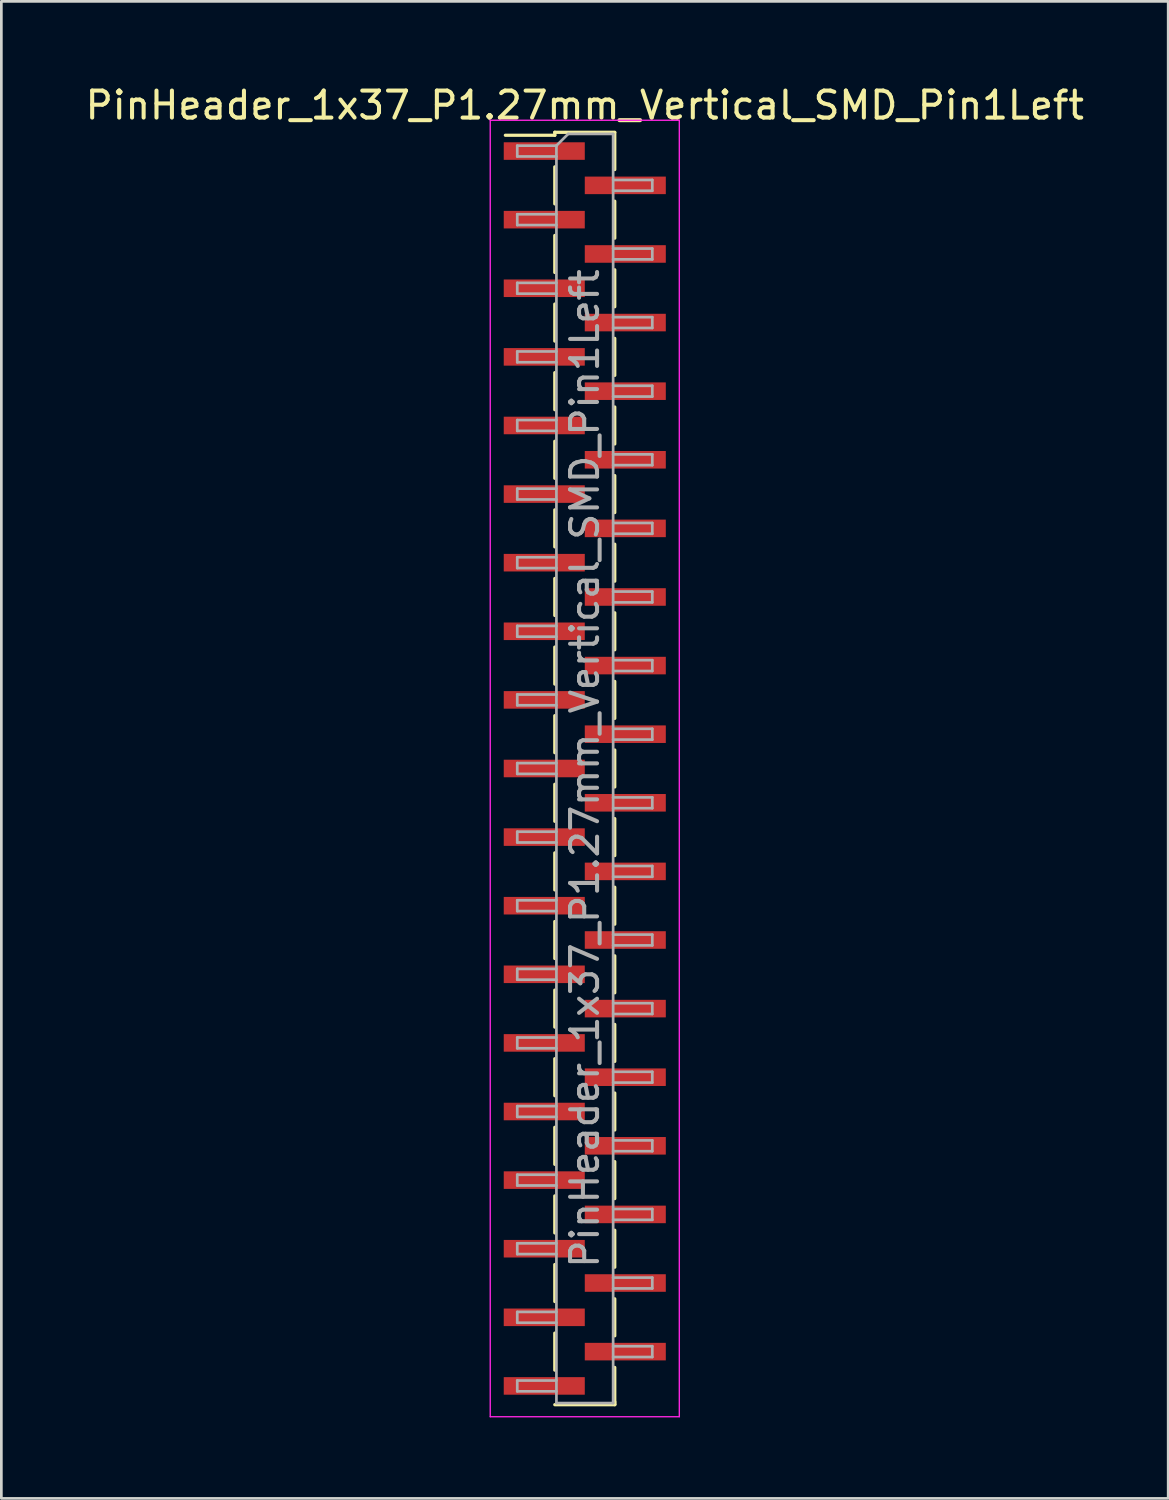
<source format=kicad_pcb>
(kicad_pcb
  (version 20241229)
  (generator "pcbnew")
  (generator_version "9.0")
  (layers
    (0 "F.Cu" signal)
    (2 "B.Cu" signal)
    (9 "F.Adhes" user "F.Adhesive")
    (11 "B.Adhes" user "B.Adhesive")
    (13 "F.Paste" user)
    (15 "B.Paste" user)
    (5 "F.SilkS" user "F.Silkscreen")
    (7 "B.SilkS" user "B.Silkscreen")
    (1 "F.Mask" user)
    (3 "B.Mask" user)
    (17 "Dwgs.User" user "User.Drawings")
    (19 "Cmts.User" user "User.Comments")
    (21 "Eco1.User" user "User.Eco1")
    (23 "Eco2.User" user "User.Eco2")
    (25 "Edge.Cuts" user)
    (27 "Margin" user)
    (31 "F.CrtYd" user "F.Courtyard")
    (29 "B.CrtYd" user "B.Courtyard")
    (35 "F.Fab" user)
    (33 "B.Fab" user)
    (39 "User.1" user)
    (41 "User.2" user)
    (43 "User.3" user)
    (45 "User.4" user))
  (footprint "PinHeader_1x37_P1.27mm_Vertical_SMD_Pin1Left"
    (layer "F.Cu")
    (at 18.601 25.403)
    (property "Reference" "PinHeader_1x37_P1.27mm_Vertical_SMD_Pin1Left" (at 0 -24.555 0) (layer "F.SilkS") (effects (font (size 1 1) (thickness 0.15))))
    (attr smd)
    (fp_line (start -1.11 -23.555) (end -1.11 -23.445) (stroke (width 0.12) (type solid)) (layer "F.SilkS"))
    (fp_line (start -1.11 -23.555) (end 1.11 -23.555) (stroke (width 0.12) (type solid)) (layer "F.SilkS"))
    (fp_line (start -1.11 -23.445) (end -2.94 -23.445) (stroke (width 0.12) (type solid)) (layer "F.SilkS"))
    (fp_line (start -1.11 -22.275) (end -1.11 -20.905) (stroke (width 0.12) (type solid)) (layer "F.SilkS"))
    (fp_line (start -1.11 -19.735) (end -1.11 -18.365) (stroke (width 0.12) (type solid)) (layer "F.SilkS"))
    (fp_line (start -1.11 -17.195) (end -1.11 -15.825) (stroke (width 0.12) (type solid)) (layer "F.SilkS"))
    (fp_line (start -1.11 -14.655) (end -1.11 -13.285) (stroke (width 0.12) (type solid)) (layer "F.SilkS"))
    (fp_line (start -1.11 -12.115) (end -1.11 -10.745) (stroke (width 0.12) (type solid)) (layer "F.SilkS"))
    (fp_line (start -1.11 -9.575) (end -1.11 -8.205) (stroke (width 0.12) (type solid)) (layer "F.SilkS"))
    (fp_line (start -1.11 -7.035) (end -1.11 -5.665) (stroke (width 0.12) (type solid)) (layer "F.SilkS"))
    (fp_line (start -1.11 -4.495) (end -1.11 -3.125) (stroke (width 0.12) (type solid)) (layer "F.SilkS"))
    (fp_line (start -1.11 -1.955) (end -1.11 -0.585) (stroke (width 0.12) (type solid)) (layer "F.SilkS"))
    (fp_line (start -1.11 0.585) (end -1.11 1.955) (stroke (width 0.12) (type solid)) (layer "F.SilkS"))
    (fp_line (start -1.11 3.125) (end -1.11 4.495) (stroke (width 0.12) (type solid)) (layer "F.SilkS"))
    (fp_line (start -1.11 5.665) (end -1.11 7.035) (stroke (width 0.12) (type solid)) (layer "F.SilkS"))
    (fp_line (start -1.11 8.205) (end -1.11 9.575) (stroke (width 0.12) (type solid)) (layer "F.SilkS"))
    (fp_line (start -1.11 10.745) (end -1.11 12.115) (stroke (width 0.12) (type solid)) (layer "F.SilkS"))
    (fp_line (start -1.11 13.285) (end -1.11 14.655) (stroke (width 0.12) (type solid)) (layer "F.SilkS"))
    (fp_line (start -1.11 15.825) (end -1.11 17.195) (stroke (width 0.12) (type solid)) (layer "F.SilkS"))
    (fp_line (start -1.11 18.365) (end -1.11 19.735) (stroke (width 0.12) (type solid)) (layer "F.SilkS"))
    (fp_line (start -1.11 20.905) (end -1.11 22.275) (stroke (width 0.12) (type solid)) (layer "F.SilkS"))
    (fp_line (start -1.11 23.555) (end 1.11 23.555) (stroke (width 0.12) (type solid)) (layer "F.SilkS"))
    (fp_line (start 1.11 -23.545) (end 1.11 -22.175) (stroke (width 0.12) (type solid)) (layer "F.SilkS"))
    (fp_line (start 1.11 -21.005) (end 1.11 -19.635) (stroke (width 0.12) (type solid)) (layer "F.SilkS"))
    (fp_line (start 1.11 -18.465) (end 1.11 -17.095) (stroke (width 0.12) (type solid)) (layer "F.SilkS"))
    (fp_line (start 1.11 -15.925) (end 1.11 -14.555) (stroke (width 0.12) (type solid)) (layer "F.SilkS"))
    (fp_line (start 1.11 -13.385) (end 1.11 -12.015) (stroke (width 0.12) (type solid)) (layer "F.SilkS"))
    (fp_line (start 1.11 -10.845) (end 1.11 -9.475) (stroke (width 0.12) (type solid)) (layer "F.SilkS"))
    (fp_line (start 1.11 -8.305) (end 1.11 -6.935) (stroke (width 0.12) (type solid)) (layer "F.SilkS"))
    (fp_line (start 1.11 -5.765) (end 1.11 -4.395) (stroke (width 0.12) (type solid)) (layer "F.SilkS"))
    (fp_line (start 1.11 -3.225) (end 1.11 -1.855) (stroke (width 0.12) (type solid)) (layer "F.SilkS"))
    (fp_line (start 1.11 -0.685) (end 1.11 0.685) (stroke (width 0.12) (type solid)) (layer "F.SilkS"))
    (fp_line (start 1.11 1.855) (end 1.11 3.225) (stroke (width 0.12) (type solid)) (layer "F.SilkS"))
    (fp_line (start 1.11 4.395) (end 1.11 5.765) (stroke (width 0.12) (type solid)) (layer "F.SilkS"))
    (fp_line (start 1.11 6.935) (end 1.11 8.305) (stroke (width 0.12) (type solid)) (layer "F.SilkS"))
    (fp_line (start 1.11 9.475) (end 1.11 10.845) (stroke (width 0.12) (type solid)) (layer "F.SilkS"))
    (fp_line (start 1.11 12.015) (end 1.11 13.385) (stroke (width 0.12) (type solid)) (layer "F.SilkS"))
    (fp_line (start 1.11 14.555) (end 1.11 15.925) (stroke (width 0.12) (type solid)) (layer "F.SilkS"))
    (fp_line (start 1.11 17.095) (end 1.11 18.465) (stroke (width 0.12) (type solid)) (layer "F.SilkS"))
    (fp_line (start 1.11 19.635) (end 1.11 21.005) (stroke (width 0.12) (type solid)) (layer "F.SilkS"))
    (fp_line (start 1.11 22.175) (end 1.11 23.545) (stroke (width 0.12) (type solid)) (layer "F.SilkS"))
    (fp_line (start 1.11 23.445) (end 1.11 23.555) (stroke (width 0.12) (type solid)) (layer "F.SilkS"))
    (fp_line (start -3.5 -24) (end -3.5 24) (stroke (width 0.05) (type solid)) (layer "F.CrtYd"))
    (fp_line (start -3.5 24) (end 3.5 24) (stroke (width 0.05) (type solid)) (layer "F.CrtYd"))
    (fp_line (start 3.5 -24) (end -3.5 -24) (stroke (width 0.05) (type solid)) (layer "F.CrtYd"))
    (fp_line (start 3.5 24) (end 3.5 -24) (stroke (width 0.05) (type solid)) (layer "F.CrtYd"))
    (fp_line (start -2.5 -23.06) (end -2.5 -22.66) (stroke (width 0.1) (type solid)) (layer "F.Fab"))
    (fp_line (start -2.5 -22.66) (end -1.05 -22.66) (stroke (width 0.1) (type solid)) (layer "F.Fab"))
    (fp_line (start -2.5 -20.52) (end -2.5 -20.12) (stroke (width 0.1) (type solid)) (layer "F.Fab"))
    (fp_line (start -2.5 -20.12) (end -1.05 -20.12) (stroke (width 0.1) (type solid)) (layer "F.Fab"))
    (fp_line (start -2.5 -17.98) (end -2.5 -17.58) (stroke (width 0.1) (type solid)) (layer "F.Fab"))
    (fp_line (start -2.5 -17.58) (end -1.05 -17.58) (stroke (width 0.1) (type solid)) (layer "F.Fab"))
    (fp_line (start -2.5 -15.44) (end -2.5 -15.04) (stroke (width 0.1) (type solid)) (layer "F.Fab"))
    (fp_line (start -2.5 -15.04) (end -1.05 -15.04) (stroke (width 0.1) (type solid)) (layer "F.Fab"))
    (fp_line (start -2.5 -12.9) (end -2.5 -12.5) (stroke (width 0.1) (type solid)) (layer "F.Fab"))
    (fp_line (start -2.5 -12.5) (end -1.05 -12.5) (stroke (width 0.1) (type solid)) (layer "F.Fab"))
    (fp_line (start -2.5 -10.36) (end -2.5 -9.96) (stroke (width 0.1) (type solid)) (layer "F.Fab"))
    (fp_line (start -2.5 -9.96) (end -1.05 -9.96) (stroke (width 0.1) (type solid)) (layer "F.Fab"))
    (fp_line (start -2.5 -7.82) (end -2.5 -7.42) (stroke (width 0.1) (type solid)) (layer "F.Fab"))
    (fp_line (start -2.5 -7.42) (end -1.05 -7.42) (stroke (width 0.1) (type solid)) (layer "F.Fab"))
    (fp_line (start -2.5 -5.28) (end -2.5 -4.88) (stroke (width 0.1) (type solid)) (layer "F.Fab"))
    (fp_line (start -2.5 -4.88) (end -1.05 -4.88) (stroke (width 0.1) (type solid)) (layer "F.Fab"))
    (fp_line (start -2.5 -2.74) (end -2.5 -2.34) (stroke (width 0.1) (type solid)) (layer "F.Fab"))
    (fp_line (start -2.5 -2.34) (end -1.05 -2.34) (stroke (width 0.1) (type solid)) (layer "F.Fab"))
    (fp_line (start -2.5 -0.2) (end -2.5 0.2) (stroke (width 0.1) (type solid)) (layer "F.Fab"))
    (fp_line (start -2.5 0.2) (end -1.05 0.2) (stroke (width 0.1) (type solid)) (layer "F.Fab"))
    (fp_line (start -2.5 2.34) (end -2.5 2.74) (stroke (width 0.1) (type solid)) (layer "F.Fab"))
    (fp_line (start -2.5 2.74) (end -1.05 2.74) (stroke (width 0.1) (type solid)) (layer "F.Fab"))
    (fp_line (start -2.5 4.88) (end -2.5 5.28) (stroke (width 0.1) (type solid)) (layer "F.Fab"))
    (fp_line (start -2.5 5.28) (end -1.05 5.28) (stroke (width 0.1) (type solid)) (layer "F.Fab"))
    (fp_line (start -2.5 7.42) (end -2.5 7.82) (stroke (width 0.1) (type solid)) (layer "F.Fab"))
    (fp_line (start -2.5 7.82) (end -1.05 7.82) (stroke (width 0.1) (type solid)) (layer "F.Fab"))
    (fp_line (start -2.5 9.96) (end -2.5 10.36) (stroke (width 0.1) (type solid)) (layer "F.Fab"))
    (fp_line (start -2.5 10.36) (end -1.05 10.36) (stroke (width 0.1) (type solid)) (layer "F.Fab"))
    (fp_line (start -2.5 12.5) (end -2.5 12.9) (stroke (width 0.1) (type solid)) (layer "F.Fab"))
    (fp_line (start -2.5 12.9) (end -1.05 12.9) (stroke (width 0.1) (type solid)) (layer "F.Fab"))
    (fp_line (start -2.5 15.04) (end -2.5 15.44) (stroke (width 0.1) (type solid)) (layer "F.Fab"))
    (fp_line (start -2.5 15.44) (end -1.05 15.44) (stroke (width 0.1) (type solid)) (layer "F.Fab"))
    (fp_line (start -2.5 17.58) (end -2.5 17.98) (stroke (width 0.1) (type solid)) (layer "F.Fab"))
    (fp_line (start -2.5 17.98) (end -1.05 17.98) (stroke (width 0.1) (type solid)) (layer "F.Fab"))
    (fp_line (start -2.5 20.12) (end -2.5 20.52) (stroke (width 0.1) (type solid)) (layer "F.Fab"))
    (fp_line (start -2.5 20.52) (end -1.05 20.52) (stroke (width 0.1) (type solid)) (layer "F.Fab"))
    (fp_line (start -2.5 22.66) (end -2.5 23.06) (stroke (width 0.1) (type solid)) (layer "F.Fab"))
    (fp_line (start -2.5 23.06) (end -1.05 23.06) (stroke (width 0.1) (type solid)) (layer "F.Fab"))
    (fp_line (start -1.05 -23.06) (end -2.5 -23.06) (stroke (width 0.1) (type solid)) (layer "F.Fab"))
    (fp_line (start -1.05 -23.06) (end -0.615 -23.495) (stroke (width 0.1) (type solid)) (layer "F.Fab"))
    (fp_line (start -1.05 -20.52) (end -2.5 -20.52) (stroke (width 0.1) (type solid)) (layer "F.Fab"))
    (fp_line (start -1.05 -17.98) (end -2.5 -17.98) (stroke (width 0.1) (type solid)) (layer "F.Fab"))
    (fp_line (start -1.05 -15.44) (end -2.5 -15.44) (stroke (width 0.1) (type solid)) (layer "F.Fab"))
    (fp_line (start -1.05 -12.9) (end -2.5 -12.9) (stroke (width 0.1) (type solid)) (layer "F.Fab"))
    (fp_line (start -1.05 -10.36) (end -2.5 -10.36) (stroke (width 0.1) (type solid)) (layer "F.Fab"))
    (fp_line (start -1.05 -7.82) (end -2.5 -7.82) (stroke (width 0.1) (type solid)) (layer "F.Fab"))
    (fp_line (start -1.05 -5.28) (end -2.5 -5.28) (stroke (width 0.1) (type solid)) (layer "F.Fab"))
    (fp_line (start -1.05 -2.74) (end -2.5 -2.74) (stroke (width 0.1) (type solid)) (layer "F.Fab"))
    (fp_line (start -1.05 -0.2) (end -2.5 -0.2) (stroke (width 0.1) (type solid)) (layer "F.Fab"))
    (fp_line (start -1.05 2.34) (end -2.5 2.34) (stroke (width 0.1) (type solid)) (layer "F.Fab"))
    (fp_line (start -1.05 4.88) (end -2.5 4.88) (stroke (width 0.1) (type solid)) (layer "F.Fab"))
    (fp_line (start -1.05 7.42) (end -2.5 7.42) (stroke (width 0.1) (type solid)) (layer "F.Fab"))
    (fp_line (start -1.05 9.96) (end -2.5 9.96) (stroke (width 0.1) (type solid)) (layer "F.Fab"))
    (fp_line (start -1.05 12.5) (end -2.5 12.5) (stroke (width 0.1) (type solid)) (layer "F.Fab"))
    (fp_line (start -1.05 15.04) (end -2.5 15.04) (stroke (width 0.1) (type solid)) (layer "F.Fab"))
    (fp_line (start -1.05 17.58) (end -2.5 17.58) (stroke (width 0.1) (type solid)) (layer "F.Fab"))
    (fp_line (start -1.05 20.12) (end -2.5 20.12) (stroke (width 0.1) (type solid)) (layer "F.Fab"))
    (fp_line (start -1.05 22.66) (end -2.5 22.66) (stroke (width 0.1) (type solid)) (layer "F.Fab"))
    (fp_line (start -1.05 23.495) (end -1.05 -23.06) (stroke (width 0.1) (type solid)) (layer "F.Fab"))
    (fp_line (start -0.615 -23.495) (end 1.05 -23.495) (stroke (width 0.1) (type solid)) (layer "F.Fab"))
    (fp_line (start 1.05 -23.495) (end 1.05 23.495) (stroke (width 0.1) (type solid)) (layer "F.Fab"))
    (fp_line (start 1.05 -21.79) (end 2.5 -21.79) (stroke (width 0.1) (type solid)) (layer "F.Fab"))
    (fp_line (start 1.05 -19.25) (end 2.5 -19.25) (stroke (width 0.1) (type solid)) (layer "F.Fab"))
    (fp_line (start 1.05 -16.71) (end 2.5 -16.71) (stroke (width 0.1) (type solid)) (layer "F.Fab"))
    (fp_line (start 1.05 -14.17) (end 2.5 -14.17) (stroke (width 0.1) (type solid)) (layer "F.Fab"))
    (fp_line (start 1.05 -11.63) (end 2.5 -11.63) (stroke (width 0.1) (type solid)) (layer "F.Fab"))
    (fp_line (start 1.05 -9.09) (end 2.5 -9.09) (stroke (width 0.1) (type solid)) (layer "F.Fab"))
    (fp_line (start 1.05 -6.55) (end 2.5 -6.55) (stroke (width 0.1) (type solid)) (layer "F.Fab"))
    (fp_line (start 1.05 -4.01) (end 2.5 -4.01) (stroke (width 0.1) (type solid)) (layer "F.Fab"))
    (fp_line (start 1.05 -1.47) (end 2.5 -1.47) (stroke (width 0.1) (type solid)) (layer "F.Fab"))
    (fp_line (start 1.05 1.07) (end 2.5 1.07) (stroke (width 0.1) (type solid)) (layer "F.Fab"))
    (fp_line (start 1.05 3.61) (end 2.5 3.61) (stroke (width 0.1) (type solid)) (layer "F.Fab"))
    (fp_line (start 1.05 6.15) (end 2.5 6.15) (stroke (width 0.1) (type solid)) (layer "F.Fab"))
    (fp_line (start 1.05 8.69) (end 2.5 8.69) (stroke (width 0.1) (type solid)) (layer "F.Fab"))
    (fp_line (start 1.05 11.23) (end 2.5 11.23) (stroke (width 0.1) (type solid)) (layer "F.Fab"))
    (fp_line (start 1.05 13.77) (end 2.5 13.77) (stroke (width 0.1) (type solid)) (layer "F.Fab"))
    (fp_line (start 1.05 16.31) (end 2.5 16.31) (stroke (width 0.1) (type solid)) (layer "F.Fab"))
    (fp_line (start 1.05 18.85) (end 2.5 18.85) (stroke (width 0.1) (type solid)) (layer "F.Fab"))
    (fp_line (start 1.05 21.39) (end 2.5 21.39) (stroke (width 0.1) (type solid)) (layer "F.Fab"))
    (fp_line (start 1.05 23.495) (end -1.05 23.495) (stroke (width 0.1) (type solid)) (layer "F.Fab"))
    (fp_line (start 2.5 -21.79) (end 2.5 -21.39) (stroke (width 0.1) (type solid)) (layer "F.Fab"))
    (fp_line (start 2.5 -21.39) (end 1.05 -21.39) (stroke (width 0.1) (type solid)) (layer "F.Fab"))
    (fp_line (start 2.5 -19.25) (end 2.5 -18.85) (stroke (width 0.1) (type solid)) (layer "F.Fab"))
    (fp_line (start 2.5 -18.85) (end 1.05 -18.85) (stroke (width 0.1) (type solid)) (layer "F.Fab"))
    (fp_line (start 2.5 -16.71) (end 2.5 -16.31) (stroke (width 0.1) (type solid)) (layer "F.Fab"))
    (fp_line (start 2.5 -16.31) (end 1.05 -16.31) (stroke (width 0.1) (type solid)) (layer "F.Fab"))
    (fp_line (start 2.5 -14.17) (end 2.5 -13.77) (stroke (width 0.1) (type solid)) (layer "F.Fab"))
    (fp_line (start 2.5 -13.77) (end 1.05 -13.77) (stroke (width 0.1) (type solid)) (layer "F.Fab"))
    (fp_line (start 2.5 -11.63) (end 2.5 -11.23) (stroke (width 0.1) (type solid)) (layer "F.Fab"))
    (fp_line (start 2.5 -11.23) (end 1.05 -11.23) (stroke (width 0.1) (type solid)) (layer "F.Fab"))
    (fp_line (start 2.5 -9.09) (end 2.5 -8.69) (stroke (width 0.1) (type solid)) (layer "F.Fab"))
    (fp_line (start 2.5 -8.69) (end 1.05 -8.69) (stroke (width 0.1) (type solid)) (layer "F.Fab"))
    (fp_line (start 2.5 -6.55) (end 2.5 -6.15) (stroke (width 0.1) (type solid)) (layer "F.Fab"))
    (fp_line (start 2.5 -6.15) (end 1.05 -6.15) (stroke (width 0.1) (type solid)) (layer "F.Fab"))
    (fp_line (start 2.5 -4.01) (end 2.5 -3.61) (stroke (width 0.1) (type solid)) (layer "F.Fab"))
    (fp_line (start 2.5 -3.61) (end 1.05 -3.61) (stroke (width 0.1) (type solid)) (layer "F.Fab"))
    (fp_line (start 2.5 -1.47) (end 2.5 -1.07) (stroke (width 0.1) (type solid)) (layer "F.Fab"))
    (fp_line (start 2.5 -1.07) (end 1.05 -1.07) (stroke (width 0.1) (type solid)) (layer "F.Fab"))
    (fp_line (start 2.5 1.07) (end 2.5 1.47) (stroke (width 0.1) (type solid)) (layer "F.Fab"))
    (fp_line (start 2.5 1.47) (end 1.05 1.47) (stroke (width 0.1) (type solid)) (layer "F.Fab"))
    (fp_line (start 2.5 3.61) (end 2.5 4.01) (stroke (width 0.1) (type solid)) (layer "F.Fab"))
    (fp_line (start 2.5 4.01) (end 1.05 4.01) (stroke (width 0.1) (type solid)) (layer "F.Fab"))
    (fp_line (start 2.5 6.15) (end 2.5 6.55) (stroke (width 0.1) (type solid)) (layer "F.Fab"))
    (fp_line (start 2.5 6.55) (end 1.05 6.55) (stroke (width 0.1) (type solid)) (layer "F.Fab"))
    (fp_line (start 2.5 8.69) (end 2.5 9.09) (stroke (width 0.1) (type solid)) (layer "F.Fab"))
    (fp_line (start 2.5 9.09) (end 1.05 9.09) (stroke (width 0.1) (type solid)) (layer "F.Fab"))
    (fp_line (start 2.5 11.23) (end 2.5 11.63) (stroke (width 0.1) (type solid)) (layer "F.Fab"))
    (fp_line (start 2.5 11.63) (end 1.05 11.63) (stroke (width 0.1) (type solid)) (layer "F.Fab"))
    (fp_line (start 2.5 13.77) (end 2.5 14.17) (stroke (width 0.1) (type solid)) (layer "F.Fab"))
    (fp_line (start 2.5 14.17) (end 1.05 14.17) (stroke (width 0.1) (type solid)) (layer "F.Fab"))
    (fp_line (start 2.5 16.31) (end 2.5 16.71) (stroke (width 0.1) (type solid)) (layer "F.Fab"))
    (fp_line (start 2.5 16.71) (end 1.05 16.71) (stroke (width 0.1) (type solid)) (layer "F.Fab"))
    (fp_line (start 2.5 18.85) (end 2.5 19.25) (stroke (width 0.1) (type solid)) (layer "F.Fab"))
    (fp_line (start 2.5 19.25) (end 1.05 19.25) (stroke (width 0.1) (type solid)) (layer "F.Fab"))
    (fp_line (start 2.5 21.39) (end 2.5 21.79) (stroke (width 0.1) (type solid)) (layer "F.Fab"))
    (fp_line (start 2.5 21.79) (end 1.05 21.79) (stroke (width 0.1) (type solid)) (layer "F.Fab"))
    (fp_text user "${REFERENCE}" (at 0 0 90) (layer "F.Fab") (effects (font (size 1 1) (thickness 0.15))))
    (pad "1" smd rect (at -1.5 -22.86) (size 3 0.65) (layers "F.Cu" "F.Mask" "F.Paste"))
    (pad "2" smd rect (at 1.5 -21.59) (size 3 0.65) (layers "F.Cu" "F.Mask" "F.Paste"))
    (pad "3" smd rect (at -1.5 -20.32) (size 3 0.65) (layers "F.Cu" "F.Mask" "F.Paste"))
    (pad "4" smd rect (at 1.5 -19.05) (size 3 0.65) (layers "F.Cu" "F.Mask" "F.Paste"))
    (pad "5" smd rect (at -1.5 -17.78) (size 3 0.65) (layers "F.Cu" "F.Mask" "F.Paste"))
    (pad "6" smd rect (at 1.5 -16.51) (size 3 0.65) (layers "F.Cu" "F.Mask" "F.Paste"))
    (pad "7" smd rect (at -1.5 -15.24) (size 3 0.65) (layers "F.Cu" "F.Mask" "F.Paste"))
    (pad "8" smd rect (at 1.5 -13.97) (size 3 0.65) (layers "F.Cu" "F.Mask" "F.Paste"))
    (pad "9" smd rect (at -1.5 -12.7) (size 3 0.65) (layers "F.Cu" "F.Mask" "F.Paste"))
    (pad "10" smd rect (at 1.5 -11.43) (size 3 0.65) (layers "F.Cu" "F.Mask" "F.Paste"))
    (pad "11" smd rect (at -1.5 -10.16) (size 3 0.65) (layers "F.Cu" "F.Mask" "F.Paste"))
    (pad "12" smd rect (at 1.5 -8.89) (size 3 0.65) (layers "F.Cu" "F.Mask" "F.Paste"))
    (pad "13" smd rect (at -1.5 -7.62) (size 3 0.65) (layers "F.Cu" "F.Mask" "F.Paste"))
    (pad "14" smd rect (at 1.5 -6.35) (size 3 0.65) (layers "F.Cu" "F.Mask" "F.Paste"))
    (pad "15" smd rect (at -1.5 -5.08) (size 3 0.65) (layers "F.Cu" "F.Mask" "F.Paste"))
    (pad "16" smd rect (at 1.5 -3.81) (size 3 0.65) (layers "F.Cu" "F.Mask" "F.Paste"))
    (pad "17" smd rect (at -1.5 -2.54) (size 3 0.65) (layers "F.Cu" "F.Mask" "F.Paste"))
    (pad "18" smd rect (at 1.5 -1.27) (size 3 0.65) (layers "F.Cu" "F.Mask" "F.Paste"))
    (pad "19" smd rect (at -1.5 0) (size 3 0.65) (layers "F.Cu" "F.Mask" "F.Paste"))
    (pad "20" smd rect (at 1.5 1.27) (size 3 0.65) (layers "F.Cu" "F.Mask" "F.Paste"))
    (pad "21" smd rect (at -1.5 2.54) (size 3 0.65) (layers "F.Cu" "F.Mask" "F.Paste"))
    (pad "22" smd rect (at 1.5 3.81) (size 3 0.65) (layers "F.Cu" "F.Mask" "F.Paste"))
    (pad "23" smd rect (at -1.5 5.08) (size 3 0.65) (layers "F.Cu" "F.Mask" "F.Paste"))
    (pad "24" smd rect (at 1.5 6.35) (size 3 0.65) (layers "F.Cu" "F.Mask" "F.Paste"))
    (pad "25" smd rect (at -1.5 7.62) (size 3 0.65) (layers "F.Cu" "F.Mask" "F.Paste"))
    (pad "26" smd rect (at 1.5 8.89) (size 3 0.65) (layers "F.Cu" "F.Mask" "F.Paste"))
    (pad "27" smd rect (at -1.5 10.16) (size 3 0.65) (layers "F.Cu" "F.Mask" "F.Paste"))
    (pad "28" smd rect (at 1.5 11.43) (size 3 0.65) (layers "F.Cu" "F.Mask" "F.Paste"))
    (pad "29" smd rect (at -1.5 12.7) (size 3 0.65) (layers "F.Cu" "F.Mask" "F.Paste"))
    (pad "30" smd rect (at 1.5 13.97) (size 3 0.65) (layers "F.Cu" "F.Mask" "F.Paste"))
    (pad "31" smd rect (at -1.5 15.24) (size 3 0.65) (layers "F.Cu" "F.Mask" "F.Paste"))
    (pad "32" smd rect (at 1.5 16.51) (size 3 0.65) (layers "F.Cu" "F.Mask" "F.Paste"))
    (pad "33" smd rect (at -1.5 17.78) (size 3 0.65) (layers "F.Cu" "F.Mask" "F.Paste"))
    (pad "34" smd rect (at 1.5 19.05) (size 3 0.65) (layers "F.Cu" "F.Mask" "F.Paste"))
    (pad "35" smd rect (at -1.5 20.32) (size 3 0.65) (layers "F.Cu" "F.Mask" "F.Paste"))
    (pad "36" smd rect (at 1.5 21.59) (size 3 0.65) (layers "F.Cu" "F.Mask" "F.Paste"))
    (pad "37" smd rect (at -1.5 22.86) (size 3 0.65) (layers "F.Cu" "F.Mask" "F.Paste")))
  (gr_rect
    (start -3 -3)
    (end 40.202 52.428)
    (stroke (width 0.1) (type default))
    (fill no)
    (layer "Edge.Cuts")))
</source>
